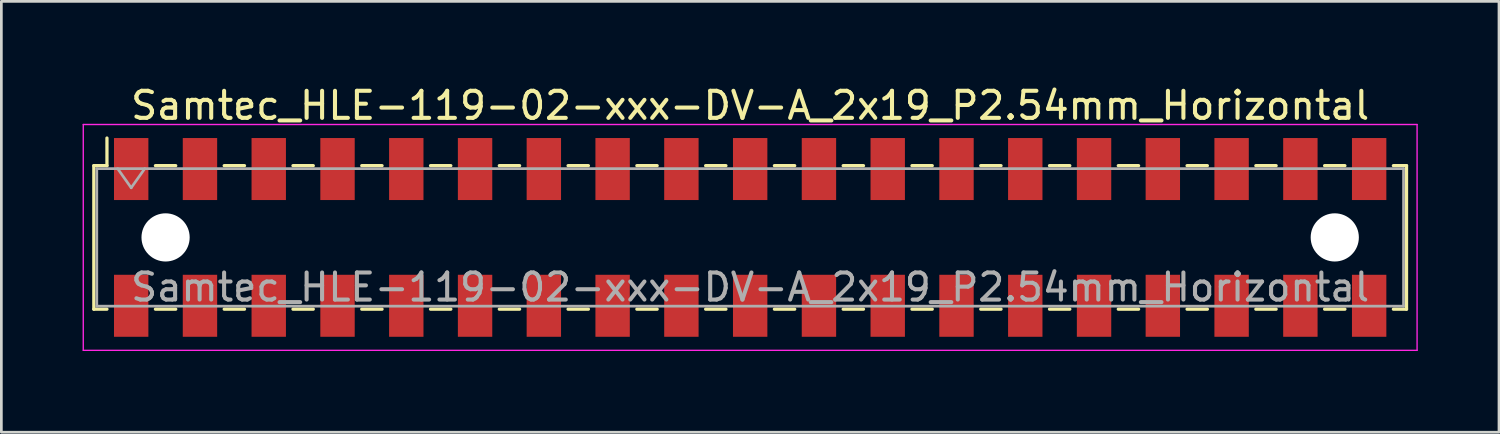
<source format=kicad_pcb>
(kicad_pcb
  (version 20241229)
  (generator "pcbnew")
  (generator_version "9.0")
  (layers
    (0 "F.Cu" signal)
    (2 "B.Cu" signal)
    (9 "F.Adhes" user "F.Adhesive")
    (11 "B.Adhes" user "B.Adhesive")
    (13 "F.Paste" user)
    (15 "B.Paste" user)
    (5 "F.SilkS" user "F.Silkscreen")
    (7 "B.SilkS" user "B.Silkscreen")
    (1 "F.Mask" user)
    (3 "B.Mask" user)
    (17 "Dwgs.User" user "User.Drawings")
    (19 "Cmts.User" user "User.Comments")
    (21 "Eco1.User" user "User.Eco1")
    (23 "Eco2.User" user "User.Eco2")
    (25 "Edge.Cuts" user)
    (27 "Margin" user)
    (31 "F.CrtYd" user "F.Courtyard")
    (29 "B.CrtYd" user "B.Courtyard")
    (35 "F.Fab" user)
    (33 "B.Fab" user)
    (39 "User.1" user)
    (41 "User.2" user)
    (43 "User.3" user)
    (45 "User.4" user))
  (footprint "Samtec_HLE-119-02-xxx-DV-A_2x19_P2.54mm_Horizontal"
    (layer "F.Cu")
    (at 24.655 5.718)
    (property "Reference" "Samtec_HLE-119-02-xxx-DV-A_2x19_P2.54mm_Horizontal" (at 0 -4.87 0) (layer "F.SilkS") (effects (font (size 1 1) (thickness 0.15))))
    (attr smd)
    (fp_line (start -24.24 -2.65) (end -24.24 2.65) (stroke (width 0.12) (type solid)) (layer "F.SilkS"))
    (fp_line (start -24.24 2.65) (end -23.755 2.65) (stroke (width 0.12) (type solid)) (layer "F.SilkS"))
    (fp_line (start -23.755 -3.67) (end -23.755 -2.65) (stroke (width 0.12) (type solid)) (layer "F.SilkS"))
    (fp_line (start -23.755 -2.65) (end -24.24 -2.65) (stroke (width 0.12) (type solid)) (layer "F.SilkS"))
    (fp_line (start -21.965 -2.65) (end -21.215 -2.65) (stroke (width 0.12) (type solid)) (layer "F.SilkS"))
    (fp_line (start -21.965 2.65) (end -21.215 2.65) (stroke (width 0.12) (type solid)) (layer "F.SilkS"))
    (fp_line (start -19.425 -2.65) (end -18.675 -2.65) (stroke (width 0.12) (type solid)) (layer "F.SilkS"))
    (fp_line (start -19.425 2.65) (end -18.675 2.65) (stroke (width 0.12) (type solid)) (layer "F.SilkS"))
    (fp_line (start -16.885 -2.65) (end -16.135 -2.65) (stroke (width 0.12) (type solid)) (layer "F.SilkS"))
    (fp_line (start -16.885 2.65) (end -16.135 2.65) (stroke (width 0.12) (type solid)) (layer "F.SilkS"))
    (fp_line (start -14.345 -2.65) (end -13.595 -2.65) (stroke (width 0.12) (type solid)) (layer "F.SilkS"))
    (fp_line (start -14.345 2.65) (end -13.595 2.65) (stroke (width 0.12) (type solid)) (layer "F.SilkS"))
    (fp_line (start -11.805 -2.65) (end -11.055 -2.65) (stroke (width 0.12) (type solid)) (layer "F.SilkS"))
    (fp_line (start -11.805 2.65) (end -11.055 2.65) (stroke (width 0.12) (type solid)) (layer "F.SilkS"))
    (fp_line (start -9.265 -2.65) (end -8.515 -2.65) (stroke (width 0.12) (type solid)) (layer "F.SilkS"))
    (fp_line (start -9.265 2.65) (end -8.515 2.65) (stroke (width 0.12) (type solid)) (layer "F.SilkS"))
    (fp_line (start -6.725 -2.65) (end -5.975 -2.65) (stroke (width 0.12) (type solid)) (layer "F.SilkS"))
    (fp_line (start -6.725 2.65) (end -5.975 2.65) (stroke (width 0.12) (type solid)) (layer "F.SilkS"))
    (fp_line (start -4.185 -2.65) (end -3.435 -2.65) (stroke (width 0.12) (type solid)) (layer "F.SilkS"))
    (fp_line (start -4.185 2.65) (end -3.435 2.65) (stroke (width 0.12) (type solid)) (layer "F.SilkS"))
    (fp_line (start -1.645 -2.65) (end -0.895 -2.65) (stroke (width 0.12) (type solid)) (layer "F.SilkS"))
    (fp_line (start -1.645 2.65) (end -0.895 2.65) (stroke (width 0.12) (type solid)) (layer "F.SilkS"))
    (fp_line (start 0.895 -2.65) (end 1.645 -2.65) (stroke (width 0.12) (type solid)) (layer "F.SilkS"))
    (fp_line (start 0.895 2.65) (end 1.645 2.65) (stroke (width 0.12) (type solid)) (layer "F.SilkS"))
    (fp_line (start 3.435 -2.65) (end 4.185 -2.65) (stroke (width 0.12) (type solid)) (layer "F.SilkS"))
    (fp_line (start 3.435 2.65) (end 4.185 2.65) (stroke (width 0.12) (type solid)) (layer "F.SilkS"))
    (fp_line (start 5.975 -2.65) (end 6.725 -2.65) (stroke (width 0.12) (type solid)) (layer "F.SilkS"))
    (fp_line (start 5.975 2.65) (end 6.725 2.65) (stroke (width 0.12) (type solid)) (layer "F.SilkS"))
    (fp_line (start 8.515 -2.65) (end 9.265 -2.65) (stroke (width 0.12) (type solid)) (layer "F.SilkS"))
    (fp_line (start 8.515 2.65) (end 9.265 2.65) (stroke (width 0.12) (type solid)) (layer "F.SilkS"))
    (fp_line (start 11.055 -2.65) (end 11.805 -2.65) (stroke (width 0.12) (type solid)) (layer "F.SilkS"))
    (fp_line (start 11.055 2.65) (end 11.805 2.65) (stroke (width 0.12) (type solid)) (layer "F.SilkS"))
    (fp_line (start 13.595 -2.65) (end 14.345 -2.65) (stroke (width 0.12) (type solid)) (layer "F.SilkS"))
    (fp_line (start 13.595 2.65) (end 14.345 2.65) (stroke (width 0.12) (type solid)) (layer "F.SilkS"))
    (fp_line (start 16.135 -2.65) (end 16.885 -2.65) (stroke (width 0.12) (type solid)) (layer "F.SilkS"))
    (fp_line (start 16.135 2.65) (end 16.885 2.65) (stroke (width 0.12) (type solid)) (layer "F.SilkS"))
    (fp_line (start 18.675 -2.65) (end 19.425 -2.65) (stroke (width 0.12) (type solid)) (layer "F.SilkS"))
    (fp_line (start 18.675 2.65) (end 19.425 2.65) (stroke (width 0.12) (type solid)) (layer "F.SilkS"))
    (fp_line (start 21.215 -2.65) (end 21.965 -2.65) (stroke (width 0.12) (type solid)) (layer "F.SilkS"))
    (fp_line (start 21.215 2.65) (end 21.965 2.65) (stroke (width 0.12) (type solid)) (layer "F.SilkS"))
    (fp_line (start 23.755 -2.65) (end 24.24 -2.65) (stroke (width 0.12) (type solid)) (layer "F.SilkS"))
    (fp_line (start 24.24 -2.65) (end 24.24 2.65) (stroke (width 0.12) (type solid)) (layer "F.SilkS"))
    (fp_line (start 24.24 2.65) (end 23.755 2.65) (stroke (width 0.12) (type solid)) (layer "F.SilkS"))
    (fp_line (start -24.63 -4.17) (end 24.63 -4.17) (stroke (width 0.05) (type solid)) (layer "F.CrtYd"))
    (fp_line (start -24.63 4.17) (end -24.63 -4.17) (stroke (width 0.05) (type solid)) (layer "F.CrtYd"))
    (fp_line (start 24.63 -4.17) (end 24.63 4.17) (stroke (width 0.05) (type solid)) (layer "F.CrtYd"))
    (fp_line (start 24.63 4.17) (end -24.63 4.17) (stroke (width 0.05) (type solid)) (layer "F.CrtYd"))
    (fp_line (start -24.13 -2.54) (end 24.13 -2.54) (stroke (width 0.1) (type solid)) (layer "F.Fab"))
    (fp_line (start -24.13 2.54) (end -24.13 -2.54) (stroke (width 0.1) (type solid)) (layer "F.Fab"))
    (fp_line (start -23.36 -2.54) (end -22.86 -1.833) (stroke (width 0.1) (type solid)) (layer "F.Fab"))
    (fp_line (start -22.86 -1.833) (end -22.36 -2.54) (stroke (width 0.1) (type solid)) (layer "F.Fab"))
    (fp_line (start 24.13 -2.54) (end 24.13 2.54) (stroke (width 0.1) (type solid)) (layer "F.Fab"))
    (fp_line (start 24.13 2.54) (end -24.13 2.54) (stroke (width 0.1) (type solid)) (layer "F.Fab"))
    (fp_text user "${REFERENCE}" (at 0 1.84 0) (layer "F.Fab") (effects (font (size 1 1) (thickness 0.15))))
    (pad "" np_thru_hole circle (at -21.59 0) (size 1.78 1.78) (drill 1.78) (layers "*.Cu" "*.Mask"))
    (pad "" np_thru_hole circle (at 21.59 0) (size 1.78 1.78) (drill 1.78) (layers "*.Cu" "*.Mask"))
    (pad "1" smd rect (at -22.86 -2.525) (size 1.27 2.29) (layers "F.Cu" "F.Mask" "F.Paste"))
    (pad "2" smd rect (at -22.86 2.525) (size 1.27 2.29) (layers "F.Cu" "F.Mask" "F.Paste"))
    (pad "3" smd rect (at -20.32 -2.525) (size 1.27 2.29) (layers "F.Cu" "F.Mask" "F.Paste"))
    (pad "4" smd rect (at -20.32 2.525) (size 1.27 2.29) (layers "F.Cu" "F.Mask" "F.Paste"))
    (pad "5" smd rect (at -17.78 -2.525) (size 1.27 2.29) (layers "F.Cu" "F.Mask" "F.Paste"))
    (pad "6" smd rect (at -17.78 2.525) (size 1.27 2.29) (layers "F.Cu" "F.Mask" "F.Paste"))
    (pad "7" smd rect (at -15.24 -2.525) (size 1.27 2.29) (layers "F.Cu" "F.Mask" "F.Paste"))
    (pad "8" smd rect (at -15.24 2.525) (size 1.27 2.29) (layers "F.Cu" "F.Mask" "F.Paste"))
    (pad "9" smd rect (at -12.7 -2.525) (size 1.27 2.29) (layers "F.Cu" "F.Mask" "F.Paste"))
    (pad "10" smd rect (at -12.7 2.525) (size 1.27 2.29) (layers "F.Cu" "F.Mask" "F.Paste"))
    (pad "11" smd rect (at -10.16 -2.525) (size 1.27 2.29) (layers "F.Cu" "F.Mask" "F.Paste"))
    (pad "12" smd rect (at -10.16 2.525) (size 1.27 2.29) (layers "F.Cu" "F.Mask" "F.Paste"))
    (pad "13" smd rect (at -7.62 -2.525) (size 1.27 2.29) (layers "F.Cu" "F.Mask" "F.Paste"))
    (pad "14" smd rect (at -7.62 2.525) (size 1.27 2.29) (layers "F.Cu" "F.Mask" "F.Paste"))
    (pad "15" smd rect (at -5.08 -2.525) (size 1.27 2.29) (layers "F.Cu" "F.Mask" "F.Paste"))
    (pad "16" smd rect (at -5.08 2.525) (size 1.27 2.29) (layers "F.Cu" "F.Mask" "F.Paste"))
    (pad "17" smd rect (at -2.54 -2.525) (size 1.27 2.29) (layers "F.Cu" "F.Mask" "F.Paste"))
    (pad "18" smd rect (at -2.54 2.525) (size 1.27 2.29) (layers "F.Cu" "F.Mask" "F.Paste"))
    (pad "19" smd rect (at 0 -2.525) (size 1.27 2.29) (layers "F.Cu" "F.Mask" "F.Paste"))
    (pad "20" smd rect (at 0 2.525) (size 1.27 2.29) (layers "F.Cu" "F.Mask" "F.Paste"))
    (pad "21" smd rect (at 2.54 -2.525) (size 1.27 2.29) (layers "F.Cu" "F.Mask" "F.Paste"))
    (pad "22" smd rect (at 2.54 2.525) (size 1.27 2.29) (layers "F.Cu" "F.Mask" "F.Paste"))
    (pad "23" smd rect (at 5.08 -2.525) (size 1.27 2.29) (layers "F.Cu" "F.Mask" "F.Paste"))
    (pad "24" smd rect (at 5.08 2.525) (size 1.27 2.29) (layers "F.Cu" "F.Mask" "F.Paste"))
    (pad "25" smd rect (at 7.62 -2.525) (size 1.27 2.29) (layers "F.Cu" "F.Mask" "F.Paste"))
    (pad "26" smd rect (at 7.62 2.525) (size 1.27 2.29) (layers "F.Cu" "F.Mask" "F.Paste"))
    (pad "27" smd rect (at 10.16 -2.525) (size 1.27 2.29) (layers "F.Cu" "F.Mask" "F.Paste"))
    (pad "28" smd rect (at 10.16 2.525) (size 1.27 2.29) (layers "F.Cu" "F.Mask" "F.Paste"))
    (pad "29" smd rect (at 12.7 -2.525) (size 1.27 2.29) (layers "F.Cu" "F.Mask" "F.Paste"))
    (pad "30" smd rect (at 12.7 2.525) (size 1.27 2.29) (layers "F.Cu" "F.Mask" "F.Paste"))
    (pad "31" smd rect (at 15.24 -2.525) (size 1.27 2.29) (layers "F.Cu" "F.Mask" "F.Paste"))
    (pad "32" smd rect (at 15.24 2.525) (size 1.27 2.29) (layers "F.Cu" "F.Mask" "F.Paste"))
    (pad "33" smd rect (at 17.78 -2.525) (size 1.27 2.29) (layers "F.Cu" "F.Mask" "F.Paste"))
    (pad "34" smd rect (at 17.78 2.525) (size 1.27 2.29) (layers "F.Cu" "F.Mask" "F.Paste"))
    (pad "35" smd rect (at 20.32 -2.525) (size 1.27 2.29) (layers "F.Cu" "F.Mask" "F.Paste"))
    (pad "36" smd rect (at 20.32 2.525) (size 1.27 2.29) (layers "F.Cu" "F.Mask" "F.Paste"))
    (pad "37" smd rect (at 22.86 -2.525) (size 1.27 2.29) (layers "F.Cu" "F.Mask" "F.Paste"))
    (pad "38" smd rect (at 22.86 2.525) (size 1.27 2.29) (layers "F.Cu" "F.Mask" "F.Paste")))
  (gr_rect
    (start -3 -3)
    (end 52.31 12.913)
    (stroke (width 0.1) (type default))
    (fill no)
    (layer "Edge.Cuts")))
</source>
